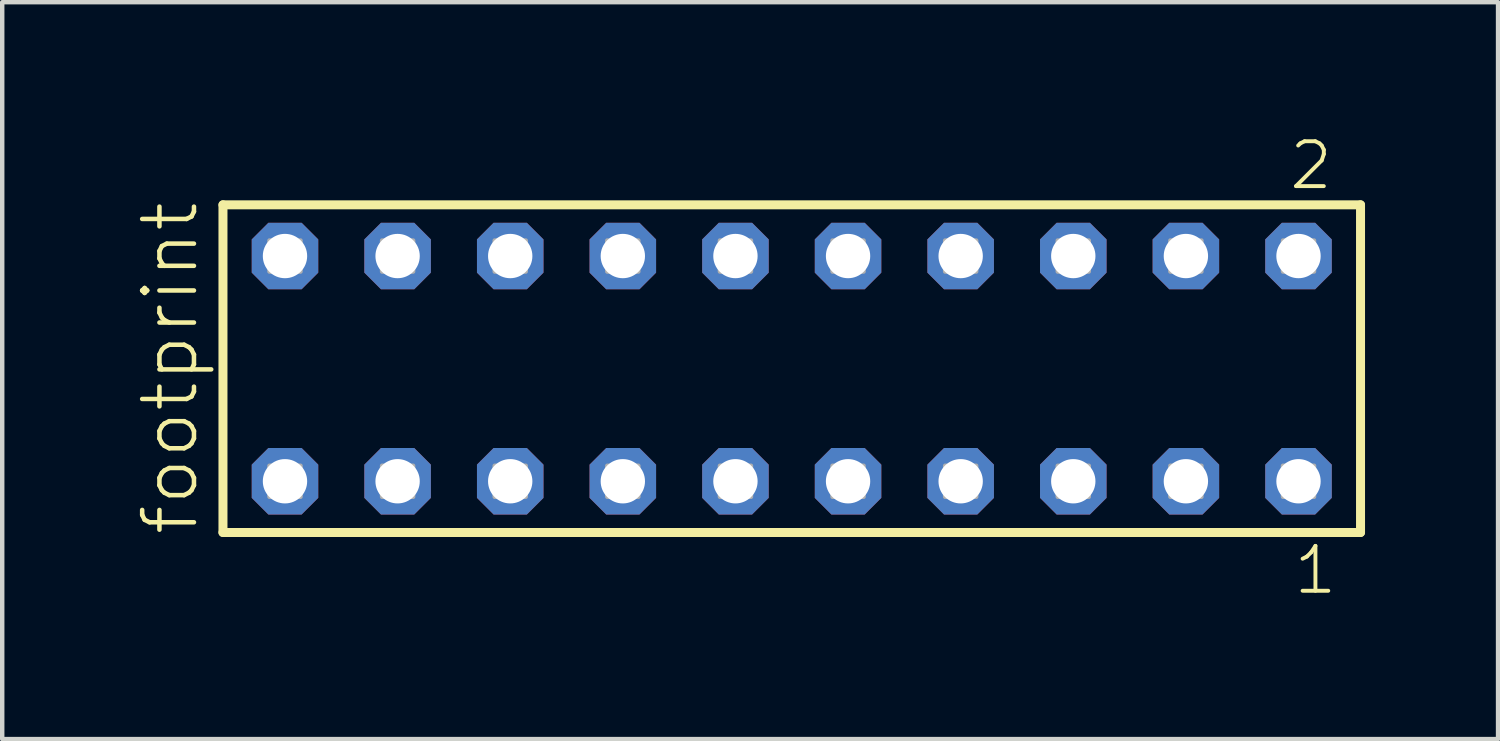
<source format=kicad_pcb>
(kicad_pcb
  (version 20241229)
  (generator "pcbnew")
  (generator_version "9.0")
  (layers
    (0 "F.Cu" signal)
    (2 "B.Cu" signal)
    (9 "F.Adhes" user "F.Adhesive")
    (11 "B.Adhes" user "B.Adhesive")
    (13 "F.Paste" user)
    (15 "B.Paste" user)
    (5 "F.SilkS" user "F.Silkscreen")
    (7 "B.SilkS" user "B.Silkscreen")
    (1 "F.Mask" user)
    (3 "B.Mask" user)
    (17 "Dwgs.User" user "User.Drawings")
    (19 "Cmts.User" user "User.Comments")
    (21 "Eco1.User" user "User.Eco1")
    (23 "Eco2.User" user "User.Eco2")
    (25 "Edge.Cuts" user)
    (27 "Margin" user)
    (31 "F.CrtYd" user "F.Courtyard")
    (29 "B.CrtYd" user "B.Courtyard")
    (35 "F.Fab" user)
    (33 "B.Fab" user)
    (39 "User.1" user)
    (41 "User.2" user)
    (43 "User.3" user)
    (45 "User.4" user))
  (footprint "footprint"
    (layer "F.Cu")
    (at 14.808 5.265)
    (property "Reference" "footprint" (at -13.335 3.81 90) (layer "F.SilkS") (effects (font (size 1.168 1.168) (thickness 0.102)) (justify left bottom)))
    (fp_line (start -12.829 -3.695) (end 12.829 -3.695) (stroke (width 0.203) (type solid)) (layer "F.SilkS"))
    (fp_line (start -12.829 3.695) (end -12.829 -3.695) (stroke (width 0.203) (type solid)) (layer "F.SilkS"))
    (fp_line (start 12.829 -3.695) (end 12.829 3.695) (stroke (width 0.203) (type solid)) (layer "F.SilkS"))
    (fp_line (start 12.829 3.695) (end -12.829 3.695) (stroke (width 0.203) (type solid)) (layer "F.SilkS"))
    (fp_poly (pts (xy -11.78 -2.19) (xy -11.08 -2.19) (xy -11.08 -2.89) (xy -11.78 -2.89)) (stroke (width 0.1) (type solid)) (fill no) (layer "F.Fab"))
    (fp_poly (pts (xy -11.78 2.89) (xy -11.08 2.89) (xy -11.08 2.19) (xy -11.78 2.19)) (stroke (width 0.1) (type solid)) (fill no) (layer "F.Fab"))
    (fp_poly (pts (xy -9.24 -2.19) (xy -8.54 -2.19) (xy -8.54 -2.89) (xy -9.24 -2.89)) (stroke (width 0.1) (type solid)) (fill no) (layer "F.Fab"))
    (fp_poly (pts (xy -9.24 2.89) (xy -8.54 2.89) (xy -8.54 2.19) (xy -9.24 2.19)) (stroke (width 0.1) (type solid)) (fill no) (layer "F.Fab"))
    (fp_poly (pts (xy -6.7 -2.19) (xy -6 -2.19) (xy -6 -2.89) (xy -6.7 -2.89)) (stroke (width 0.1) (type solid)) (fill no) (layer "F.Fab"))
    (fp_poly (pts (xy -6.7 2.89) (xy -6 2.89) (xy -6 2.19) (xy -6.7 2.19)) (stroke (width 0.1) (type solid)) (fill no) (layer "F.Fab"))
    (fp_poly (pts (xy -4.16 -2.19) (xy -3.46 -2.19) (xy -3.46 -2.89) (xy -4.16 -2.89)) (stroke (width 0.1) (type solid)) (fill no) (layer "F.Fab"))
    (fp_poly (pts (xy -4.16 2.89) (xy -3.46 2.89) (xy -3.46 2.19) (xy -4.16 2.19)) (stroke (width 0.1) (type solid)) (fill no) (layer "F.Fab"))
    (fp_poly (pts (xy -1.62 -2.19) (xy -0.92 -2.19) (xy -0.92 -2.89) (xy -1.62 -2.89)) (stroke (width 0.1) (type solid)) (fill no) (layer "F.Fab"))
    (fp_poly (pts (xy -1.62 2.89) (xy -0.92 2.89) (xy -0.92 2.19) (xy -1.62 2.19)) (stroke (width 0.1) (type solid)) (fill no) (layer "F.Fab"))
    (fp_poly (pts (xy 0.92 -2.19) (xy 1.62 -2.19) (xy 1.62 -2.89) (xy 0.92 -2.89)) (stroke (width 0.1) (type solid)) (fill no) (layer "F.Fab"))
    (fp_poly (pts (xy 0.92 2.89) (xy 1.62 2.89) (xy 1.62 2.19) (xy 0.92 2.19)) (stroke (width 0.1) (type solid)) (fill no) (layer "F.Fab"))
    (fp_poly (pts (xy 3.46 -2.19) (xy 4.16 -2.19) (xy 4.16 -2.89) (xy 3.46 -2.89)) (stroke (width 0.1) (type solid)) (fill no) (layer "F.Fab"))
    (fp_poly (pts (xy 3.46 2.89) (xy 4.16 2.89) (xy 4.16 2.19) (xy 3.46 2.19)) (stroke (width 0.1) (type solid)) (fill no) (layer "F.Fab"))
    (fp_poly (pts (xy 6 -2.19) (xy 6.7 -2.19) (xy 6.7 -2.89) (xy 6 -2.89)) (stroke (width 0.1) (type solid)) (fill no) (layer "F.Fab"))
    (fp_poly (pts (xy 6 2.89) (xy 6.7 2.89) (xy 6.7 2.19) (xy 6 2.19)) (stroke (width 0.1) (type solid)) (fill no) (layer "F.Fab"))
    (fp_poly (pts (xy 8.54 -2.19) (xy 9.24 -2.19) (xy 9.24 -2.89) (xy 8.54 -2.89)) (stroke (width 0.1) (type solid)) (fill no) (layer "F.Fab"))
    (fp_poly (pts (xy 8.54 2.89) (xy 9.24 2.89) (xy 9.24 2.19) (xy 8.54 2.19)) (stroke (width 0.1) (type solid)) (fill no) (layer "F.Fab"))
    (fp_poly (pts (xy 11.08 -2.19) (xy 11.78 -2.19) (xy 11.78 -2.89) (xy 11.08 -2.89)) (stroke (width 0.1) (type solid)) (fill no) (layer "F.Fab"))
    (fp_poly (pts (xy 11.08 2.89) (xy 11.78 2.89) (xy 11.78 2.19) (xy 11.08 2.19)) (stroke (width 0.1) (type solid)) (fill no) (layer "F.Fab"))
    (fp_text user "2" (at 11.172 -3.989 0) (layer "F.SilkS") (effects (font (size 1.012 1.012) (thickness 0.088)) (justify left bottom)))
    (fp_text user "1" (at 11.272 5.138 0) (layer "F.SilkS") (effects (font (size 1.012 1.012) (thickness 0.088)) (justify left bottom)))
    (pad "1" thru_hole roundrect (at 11.43 2.54 180) (size 1.5 1.5) (drill 1) (layers "*.Cu" "*.Mask") (roundrect_rratio 0.25) (chamfer_ratio 0.25) (chamfer top_left top_right bottom_left bottom_right))
    (pad "2" thru_hole roundrect (at 11.43 -2.54 180) (size 1.5 1.5) (drill 1) (layers "*.Cu" "*.Mask") (roundrect_rratio 0.25) (chamfer_ratio 0.25) (chamfer top_left top_right bottom_left bottom_right))
    (pad "3" thru_hole roundrect (at 8.89 2.54 180) (size 1.5 1.5) (drill 1) (layers "*.Cu" "*.Mask") (roundrect_rratio 0.25) (chamfer_ratio 0.25) (chamfer top_left top_right bottom_left bottom_right))
    (pad "4" thru_hole roundrect (at 8.89 -2.54 180) (size 1.5 1.5) (drill 1) (layers "*.Cu" "*.Mask") (roundrect_rratio 0.25) (chamfer_ratio 0.25) (chamfer top_left top_right bottom_left bottom_right))
    (pad "5" thru_hole roundrect (at 6.35 2.54 180) (size 1.5 1.5) (drill 1) (layers "*.Cu" "*.Mask") (roundrect_rratio 0.25) (chamfer_ratio 0.25) (chamfer top_left top_right bottom_left bottom_right))
    (pad "6" thru_hole roundrect (at 6.35 -2.54 180) (size 1.5 1.5) (drill 1) (layers "*.Cu" "*.Mask") (roundrect_rratio 0.25) (chamfer_ratio 0.25) (chamfer top_left top_right bottom_left bottom_right))
    (pad "7" thru_hole roundrect (at 3.81 2.54 180) (size 1.5 1.5) (drill 1) (layers "*.Cu" "*.Mask") (roundrect_rratio 0.25) (chamfer_ratio 0.25) (chamfer top_left top_right bottom_left bottom_right))
    (pad "8" thru_hole roundrect (at 3.81 -2.54 180) (size 1.5 1.5) (drill 1) (layers "*.Cu" "*.Mask") (roundrect_rratio 0.25) (chamfer_ratio 0.25) (chamfer top_left top_right bottom_left bottom_right))
    (pad "9" thru_hole roundrect (at 1.27 2.54 180) (size 1.5 1.5) (drill 1) (layers "*.Cu" "*.Mask") (roundrect_rratio 0.25) (chamfer_ratio 0.25) (chamfer top_left top_right bottom_left bottom_right))
    (pad "10" thru_hole roundrect (at 1.27 -2.54 180) (size 1.5 1.5) (drill 1) (layers "*.Cu" "*.Mask") (roundrect_rratio 0.25) (chamfer_ratio 0.25) (chamfer top_left top_right bottom_left bottom_right))
    (pad "11" thru_hole roundrect (at -1.27 2.54 180) (size 1.5 1.5) (drill 1) (layers "*.Cu" "*.Mask") (roundrect_rratio 0.25) (chamfer_ratio 0.25) (chamfer top_left top_right bottom_left bottom_right))
    (pad "12" thru_hole roundrect (at -1.27 -2.54 180) (size 1.5 1.5) (drill 1) (layers "*.Cu" "*.Mask") (roundrect_rratio 0.25) (chamfer_ratio 0.25) (chamfer top_left top_right bottom_left bottom_right))
    (pad "13" thru_hole roundrect (at -3.81 2.54 180) (size 1.5 1.5) (drill 1) (layers "*.Cu" "*.Mask") (roundrect_rratio 0.25) (chamfer_ratio 0.25) (chamfer top_left top_right bottom_left bottom_right))
    (pad "14" thru_hole roundrect (at -3.81 -2.54 180) (size 1.5 1.5) (drill 1) (layers "*.Cu" "*.Mask") (roundrect_rratio 0.25) (chamfer_ratio 0.25) (chamfer top_left top_right bottom_left bottom_right))
    (pad "15" thru_hole roundrect (at -6.35 2.54 180) (size 1.5 1.5) (drill 1) (layers "*.Cu" "*.Mask") (roundrect_rratio 0.25) (chamfer_ratio 0.25) (chamfer top_left top_right bottom_left bottom_right))
    (pad "16" thru_hole roundrect (at -6.35 -2.54 180) (size 1.5 1.5) (drill 1) (layers "*.Cu" "*.Mask") (roundrect_rratio 0.25) (chamfer_ratio 0.25) (chamfer top_left top_right bottom_left bottom_right))
    (pad "17" thru_hole roundrect (at -8.89 2.54 180) (size 1.5 1.5) (drill 1) (layers "*.Cu" "*.Mask") (roundrect_rratio 0.25) (chamfer_ratio 0.25) (chamfer top_left top_right bottom_left bottom_right))
    (pad "18" thru_hole roundrect (at -8.89 -2.54 180) (size 1.5 1.5) (drill 1) (layers "*.Cu" "*.Mask") (roundrect_rratio 0.25) (chamfer_ratio 0.25) (chamfer top_left top_right bottom_left bottom_right))
    (pad "19" thru_hole roundrect (at -11.43 2.54 180) (size 1.5 1.5) (drill 1) (layers "*.Cu" "*.Mask") (roundrect_rratio 0.25) (chamfer_ratio 0.25) (chamfer top_left top_right bottom_left bottom_right))
    (pad "20" thru_hole roundrect (at -11.43 -2.54 180) (size 1.5 1.5) (drill 1) (layers "*.Cu" "*.Mask") (roundrect_rratio 0.25) (chamfer_ratio 0.25) (chamfer top_left top_right bottom_left bottom_right)))
  (gr_rect
    (start -3 -3)
    (end 30.739 13.62)
    (stroke (width 0.1) (type default))
    (fill no)
    (layer "Edge.Cuts")))
</source>
